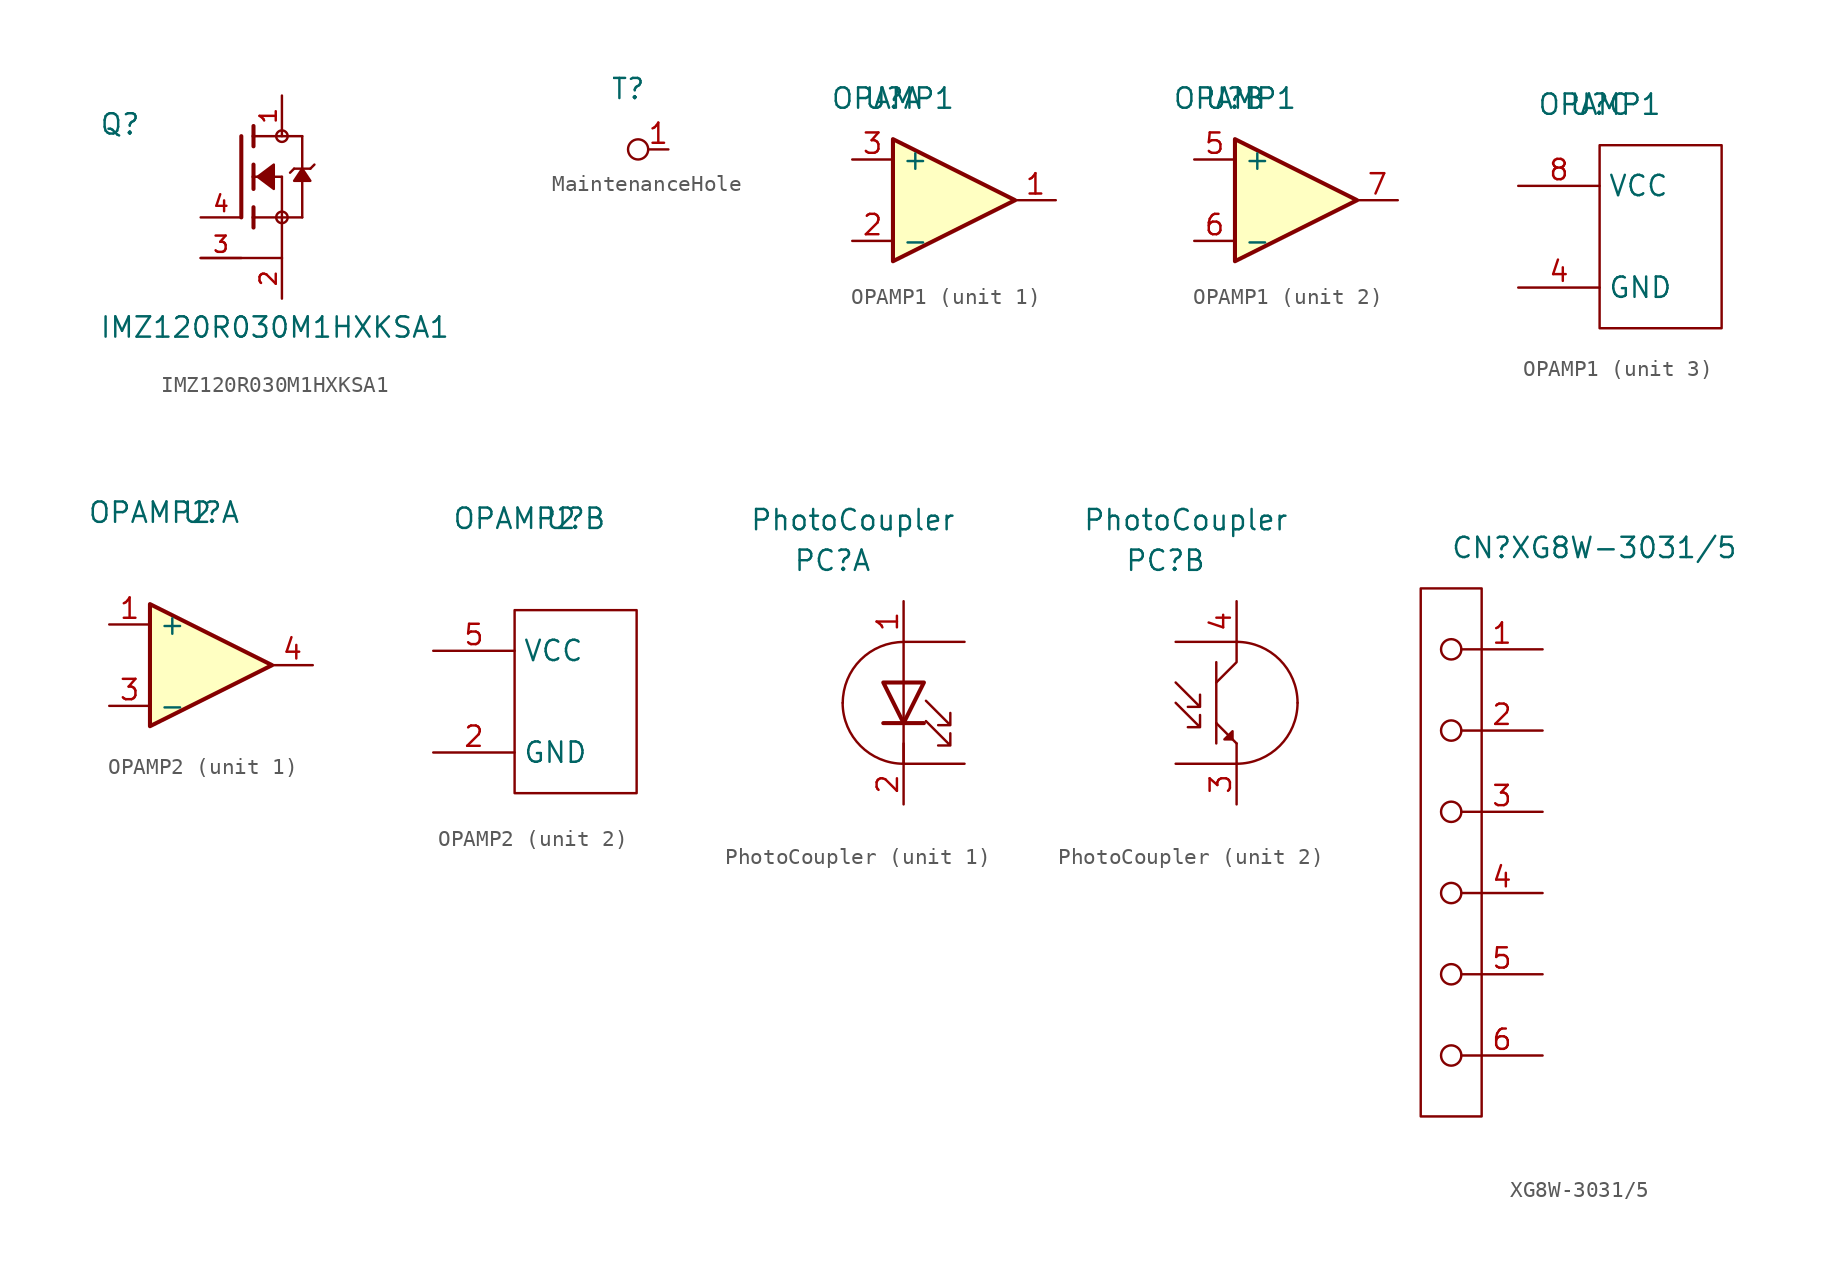
<source format=kicad_sym>
(kicad_symbol_lib
  (version 20241209)
  (generator "kicad_symbol_editor")
  (generator_version "9.0")
  (symbol "IMZ120R030M1HXKSA1"
    (pin_names
      (offset 1.016))
    (property "Reference" "Q"
      (at -8.89 2.54 0)
      (effects (font (size 1.27 1.27)) (justify left bottom)))
    (property "Value" "IMZ120R030M1HXKSA1"
      (at -8.89 -10.16 0)
      (effects (font (size 1.27 1.27)) (justify left bottom)))
    (symbol "IMZ120R030M1HXKSA1_0_0"
      (polyline (pts (xy 0 2.54) (xy 0 -2.54)) (stroke (width 0.254) (type default)) (fill (type none)))
      (polyline (pts (xy 0.762 3.175) (xy 0.762 2.54)) (stroke (width 0.254) (type default)) (fill (type none)))
      (polyline (pts (xy 0.762 2.54) (xy 0.762 1.905)) (stroke (width 0.254) (type default)) (fill (type none)))
      (polyline (pts (xy 0.762 2.54) (xy 3.81 2.54)) (stroke (width 0.152) (type default)) (fill (type none)))
      (polyline (pts (xy 0.762 0.762) (xy 0.762 0)) (stroke (width 0.254) (type default)) (fill (type none)))
      (polyline (pts (xy 0.762 0) (xy 0.762 -0.762)) (stroke (width 0.254) (type default)) (fill (type none)))
      (polyline (pts (xy 0.762 0) (xy 2.54 0)) (stroke (width 0.152) (type default)) (fill (type none)))
      (polyline (pts (xy 0.762 -1.905) (xy 0.762 -2.54)) (stroke (width 0.254) (type default)) (fill (type none)))
      (polyline (pts (xy 0.762 -2.54) (xy 0.762 -3.175)) (stroke (width 0.254) (type default)) (fill (type none)))
      (polyline (pts (xy 1.016 0) (xy 2.032 0.762) (xy 2.032 -0.762) (xy 1.016 0)) (stroke (width 0.152) (type default)) (fill (type outline)))
      (circle (center 2.54 2.54) (radius 0.359) (stroke (width 0) (type default)) (fill (type none)))
      (polyline (pts (xy 2.54 0) (xy 2.54 -2.54)) (stroke (width 0.152) (type default)) (fill (type none)))
      (polyline (pts (xy 2.54 -2.54) (xy 0.762 -2.54)) (stroke (width 0.152) (type default)) (fill (type none)))
      (polyline (pts (xy 2.54 -2.54) (xy 2.54 -5.08)) (stroke (width 0.152) (type default)) (fill (type none)))
      (polyline (pts (xy 2.54 -2.54) (xy 3.81 -2.54)) (stroke (width 0.152) (type default)) (fill (type none)))
      (circle (center 2.54 -2.54) (radius 0.359) (stroke (width 0) (type default)) (fill (type none)))
      (polyline (pts (xy 2.54 -5.08) (xy -2.54 -5.08)) (stroke (width 0.152) (type default)) (fill (type none)))
      (polyline (pts (xy 3.302 0.508) (xy 3.048 0.254)) (stroke (width 0.152) (type default)) (fill (type none)))
      (polyline (pts (xy 3.81 2.54) (xy 3.81 0.508)) (stroke (width 0.152) (type default)) (fill (type none)))
      (polyline (pts (xy 3.81 0.508) (xy 3.302 0.508)) (stroke (width 0.152) (type default)) (fill (type none)))
      (polyline (pts (xy 3.81 0.508) (xy 3.81 -2.54)) (stroke (width 0.152) (type default)) (fill (type none)))
      (polyline (pts (xy 3.81 0.508) (xy 3.302 -0.254) (xy 4.318 -0.254) (xy 3.81 0.508)) (stroke (width 0.152) (type default)) (fill (type outline)))
      (polyline (pts (xy 4.318 0.508) (xy 3.81 0.508)) (stroke (width 0.152) (type default)) (fill (type none)))
      (polyline (pts (xy 4.572 0.762) (xy 4.318 0.508)) (stroke (width 0.152) (type default)) (fill (type none)))
      (pin passive line (at -2.54 -2.54 0) (length 2.54) (name "~" (effects (font (size 1.016 1.016)))) (number "4" (effects (font (size 1.016 1.016)))))
      (pin passive line (at -2.54 -5.08 0) (length 2.54) (name "~" (effects (font (size 1.016 1.016)))) (number "3" (effects (font (size 1.016 1.016)))))
      (pin passive line (at 2.54 5.08 270) (length 2.54) (name "~" (effects (font (size 1.016 1.016)))) (number "1" (effects (font (size 1.016 1.016)))))
      (pin passive line (at 2.54 -7.62 90) (length 2.54) (name "~" (effects (font (size 1.016 1.016)))) (number "2" (effects (font (size 1.016 1.016)))))))
  (symbol "MaintenanceHole"
    (property "Reference" "T"
      (at 0 2.54 0)
      (effects (font (size 1.27 1.27))))
    (symbol "MaintenanceHole_0_0"
      (pin passive line (at 2.54 -1.27 180) (length 1.27) (name "" (effects (font (size 1.27 1.27)))) (number "1" (effects (font (size 1.27 1.27))))))
    (symbol "MaintenanceHole_0_1"
      (circle (center 0.635 -1.27) (radius 0.635) (stroke (width 0) (type default)) (fill (type none)))))
  (symbol "OPAMP1"
    (property "Reference" "U"
      (at 0 2.54 0)
      (effects (font (size 1.27 1.27))))
    (property "Value" "OPAMP1"
      (at 0 2.54 0)
      (effects (font (size 1.27 1.27))))
    (property "ki_locked" ""
      (at 0 0 0)
      (effects (font (size 1.27 1.27))))
    (symbol "OPAMP1_1_1"
      (polyline (pts (xy 0 0) (xy 7.62 -3.81) (xy 0 -7.62) (xy 0 0)) (stroke (width 0.254) (type default)) (fill (type background)))
      (pin input line (at -2.54 -1.27 0) (length 2.54) (name "+" (effects (font (size 1.27 1.27)))) (number "3" (effects (font (size 1.27 1.27)))))
      (pin input line (at -2.54 -6.35 0) (length 2.54) (name "-" (effects (font (size 1.27 1.27)))) (number "2" (effects (font (size 1.27 1.27)))))
      (pin output line (at 10.16 -3.81 180) (length 2.54) (name "~" (effects (font (size 1.27 1.27)))) (number "1" (effects (font (size 1.27 1.27))))))
    (symbol "OPAMP1_2_1"
      (polyline (pts (xy 0 0) (xy 7.62 -3.81) (xy 0 -7.62) (xy 0 0)) (stroke (width 0.254) (type default)) (fill (type background)))
      (pin input line (at -2.54 -1.27 0) (length 2.54) (name "+" (effects (font (size 1.27 1.27)))) (number "5" (effects (font (size 1.27 1.27)))))
      (pin input line (at -2.54 -6.35 0) (length 2.54) (name "-" (effects (font (size 1.27 1.27)))) (number "6" (effects (font (size 1.27 1.27)))))
      (pin output line (at 10.16 -3.81 180) (length 2.54) (name "~" (effects (font (size 1.27 1.27)))) (number "7" (effects (font (size 1.27 1.27))))))
    (symbol "OPAMP1_3_0"
      (pin passive line (at -5.08 -2.54 0) (length 5.08) (name "VCC" (effects (font (size 1.27 1.27)))) (number "8" (effects (font (size 1.27 1.27)))))
      (pin passive line (at -5.08 -8.89 0) (length 5.08) (name "GND" (effects (font (size 1.27 1.27)))) (number "4" (effects (font (size 1.27 1.27))))))
    (symbol "OPAMP1_3_1"
      (polyline (pts (xy 0 0) (xy 7.62 0) (xy 7.62 -11.43) (xy 0 -11.43) (xy 0 0)) (stroke (width 0.152) (type default)) (fill (type none)))))
  (symbol "OPAMP2"
    (property "Reference" "U"
      (at 3.81 5.715 0)
      (effects (font (size 1.27 1.27))))
    (property "Value" "OPAMP2"
      (at 0 5.715 0)
      (effects (font (size 1.27 1.27))))
    (property "ki_locked" ""
      (at 0 0 0)
      (effects (font (size 1.27 1.27))))
    (symbol "OPAMP2_1_1"
      (polyline (pts (xy 0 0) (xy 7.62 -3.81) (xy 0 -7.62) (xy 0 0)) (stroke (width 0.254) (type default)) (fill (type background)))
      (pin input line (at -2.54 -1.27 0) (length 2.54) (name "+" (effects (font (size 1.27 1.27)))) (number "1" (effects (font (size 1.27 1.27)))))
      (pin input line (at -2.54 -6.35 0) (length 2.54) (name "-" (effects (font (size 1.27 1.27)))) (number "3" (effects (font (size 1.27 1.27)))))
      (pin output line (at 10.16 -3.81 180) (length 2.54) (name "~" (effects (font (size 1.27 1.27)))) (number "4" (effects (font (size 1.27 1.27))))))
    (symbol "OPAMP2_2_0"
      (pin passive line (at -5.08 -2.54 0) (length 5.08) (name "VCC" (effects (font (size 1.27 1.27)))) (number "5" (effects (font (size 1.27 1.27)))))
      (pin passive line (at -5.08 -8.89 0) (length 5.08) (name "GND" (effects (font (size 1.27 1.27)))) (number "2" (effects (font (size 1.27 1.27))))))
    (symbol "OPAMP2_2_1"
      (polyline (pts (xy 0 0) (xy 7.62 0) (xy 7.62 -11.43) (xy 0 -11.43) (xy 0 0)) (stroke (width 0.152) (type default)) (fill (type none)))))
  (symbol "PhotoCoupler"
    (property "Reference" "PC"
      (at -0.635 2.54 0)
      (effects (font (size 1.27 1.27))))
    (property "Value" "PhotoCoupler"
      (at 0.635 5.08 0)
      (effects (font (size 1.27 1.27))))
    (property "ki_locked" ""
      (at 0 0 0)
      (effects (font (size 1.27 1.27))))
    (symbol "PhotoCoupler_0_1"
      (polyline (pts (xy 3.81 -10.16) (xy 3.81 -8.89)) (stroke (width 0) (type default)) (fill (type none))))
    (symbol "PhotoCoupler_1_0"
      (pin passive line (at 3.81 0 270) (length 2.54) (name "" (effects (font (size 1.27 1.27)))) (number "1" (effects (font (size 1.27 1.27)))))
      (pin passive line (at 3.81 -12.7 90) (length 2.54) (name "" (effects (font (size 1.27 1.27)))) (number "2" (effects (font (size 1.27 1.27))))))
    (symbol "PhotoCoupler_1_1"
      (polyline (pts (xy 3.81 -2.54) (xy 7.62 -2.54)) (stroke (width 0) (type default)) (fill (type none)))
      (polyline (pts (xy 3.81 -2.54) (xy 3.81 -5.08) (xy 3.81 -10.16)) (stroke (width 0) (type default)) (fill (type none)))
      (arc (start 0.0073 -6.3573) (mid 1.1211 -3.6611) (end 3.8173 -2.5473) (stroke (width 0) (type default)) (fill (type none)))
      (arc (start 3.81 -10.16) (mid 1.1159 -9.0441) (end 0 -6.35) (stroke (width 0) (type default)) (fill (type none)))
      (polyline (pts (xy 3.81 -10.16) (xy 7.62 -10.16)) (stroke (width 0) (type default)) (fill (type none)))
      (polyline (pts (xy 5.08 -5.08) (xy 2.54 -5.08) (xy 3.81 -7.62) (xy 5.08 -5.08)) (stroke (width 0.254) (type default)) (fill (type none)))
      (polyline (pts (xy 5.08 -7.62) (xy 2.54 -7.62)) (stroke (width 0.254) (type default)) (fill (type none)))
      (polyline (pts (xy 5.207 -6.223) (xy 6.731 -7.747) (xy 6.731 -6.985) (xy 6.731 -7.747) (xy 5.969 -7.747)) (stroke (width 0) (type default)) (fill (type none)))
      (polyline (pts (xy 5.207 -7.493) (xy 6.731 -9.017) (xy 6.731 -8.255) (xy 6.731 -9.017) (xy 5.969 -9.017)) (stroke (width 0) (type default)) (fill (type none))))
    (symbol "PhotoCoupler_2_0"
      (pin passive line (at 3.81 0 270) (length 2.54) (name "" (effects (font (size 1.27 1.27)))) (number "4" (effects (font (size 1.27 1.27)))))
      (pin passive line (at 3.81 -12.7 90) (length 2.54) (name "" (effects (font (size 1.27 1.27)))) (number "3" (effects (font (size 1.27 1.27))))))
    (symbol "PhotoCoupler_2_1"
      (polyline (pts (xy 0 -2.54) (xy 3.81 -2.54)) (stroke (width 0) (type default)) (fill (type none)))
      (polyline (pts (xy 0 -5.08) (xy 1.524 -6.604) (xy 1.524 -5.842) (xy 1.524 -6.604) (xy 0.762 -6.604)) (stroke (width 0) (type default)) (fill (type none)))
      (polyline (pts (xy 0 -6.35) (xy 1.524 -7.874) (xy 1.524 -7.112) (xy 1.524 -7.874) (xy 0.762 -7.874)) (stroke (width 0) (type default)) (fill (type none)))
      (polyline (pts (xy 0 -10.16) (xy 3.81 -10.16)) (stroke (width 0) (type default)) (fill (type none)))
      (polyline (pts (xy 2.54 -3.81) (xy 2.54 -7.62)) (stroke (width 0) (type default)) (fill (type none)))
      (polyline (pts (xy 2.54 -7.62) (xy 2.54 -8.89)) (stroke (width 0) (type default)) (fill (type none)))
      (polyline (pts (xy 2.54 -7.62) (xy 3.81 -8.89)) (stroke (width 0) (type default)) (fill (type none)))
      (polyline (pts (xy 3.556 -8.636) (xy 3.556 -8.128) (xy 3.048 -8.636) (xy 3.556 -8.636)) (stroke (width 0) (type default)) (fill (type outline)))
      (polyline (pts (xy 3.81 -2.54) (xy 3.81 -3.81) (xy 2.54 -5.08)) (stroke (width 0) (type default)) (fill (type none)))
      (arc (start 3.81 -2.54) (mid 6.5041 -3.6559) (end 7.62 -6.35) (stroke (width 0) (type default)) (fill (type none)))
      (arc (start 7.62 -6.35) (mid 6.5041 -9.0441) (end 3.81 -10.16) (stroke (width 0) (type default)) (fill (type none)))))
  (symbol "XG8W-3031/5"
    (property "Reference" "CN"
      (at 3.81 2.54 0)
      (effects (font (size 1.27 1.27))))
    (property "Value" "XG8W-3031{slash}5"
      (at 12.7 2.54 0)
      (effects (font (size 1.27 1.27))))
    (symbol "XG8W-3031/5_0_0"
      (pin passive line (at 7.62 -3.81 180) (length 5.08) (name "" (effects (font (size 1.27 1.27)))) (number "1" (effects (font (size 1.27 1.27)))))
      (pin passive line (at 7.62 -8.89 180) (length 5.08) (name "" (effects (font (size 1.27 1.27)))) (number "2" (effects (font (size 1.27 1.27)))))
      (pin passive line (at 7.62 -13.97 180) (length 5.08) (name "" (effects (font (size 1.27 1.27)))) (number "3" (effects (font (size 1.27 1.27)))))
      (pin passive line (at 7.62 -19.05 180) (length 5.08) (name "" (effects (font (size 1.27 1.27)))) (number "4" (effects (font (size 1.27 1.27)))))
      (pin passive line (at 7.62 -24.13 180) (length 5.08) (name "" (effects (font (size 1.27 1.27)))) (number "5" (effects (font (size 1.27 1.27)))))
      (pin passive line (at 7.62 -29.21 180) (length 5.08) (name "" (effects (font (size 1.27 1.27)))) (number "6" (effects (font (size 1.27 1.27))))))
    (symbol "XG8W-3031/5_0_1"
      (rectangle (start 0 0) (end 3.81 -33.02) (stroke (width 0) (type default)) (fill (type none)))
      (circle (center 1.905 -3.81) (radius 0.635) (stroke (width 0) (type default)) (fill (type none)))
      (circle (center 1.905 -8.89) (radius 0.635) (stroke (width 0) (type default)) (fill (type none)))
      (circle (center 1.905 -13.97) (radius 0.635) (stroke (width 0) (type default)) (fill (type none)))
      (circle (center 1.905 -19.05) (radius 0.635) (stroke (width 0) (type default)) (fill (type none)))
      (circle (center 1.905 -24.13) (radius 0.635) (stroke (width 0) (type default)) (fill (type none)))
      (circle (center 1.905 -29.21) (radius 0.635) (stroke (width 0) (type default)) (fill (type none))))))
</source>
